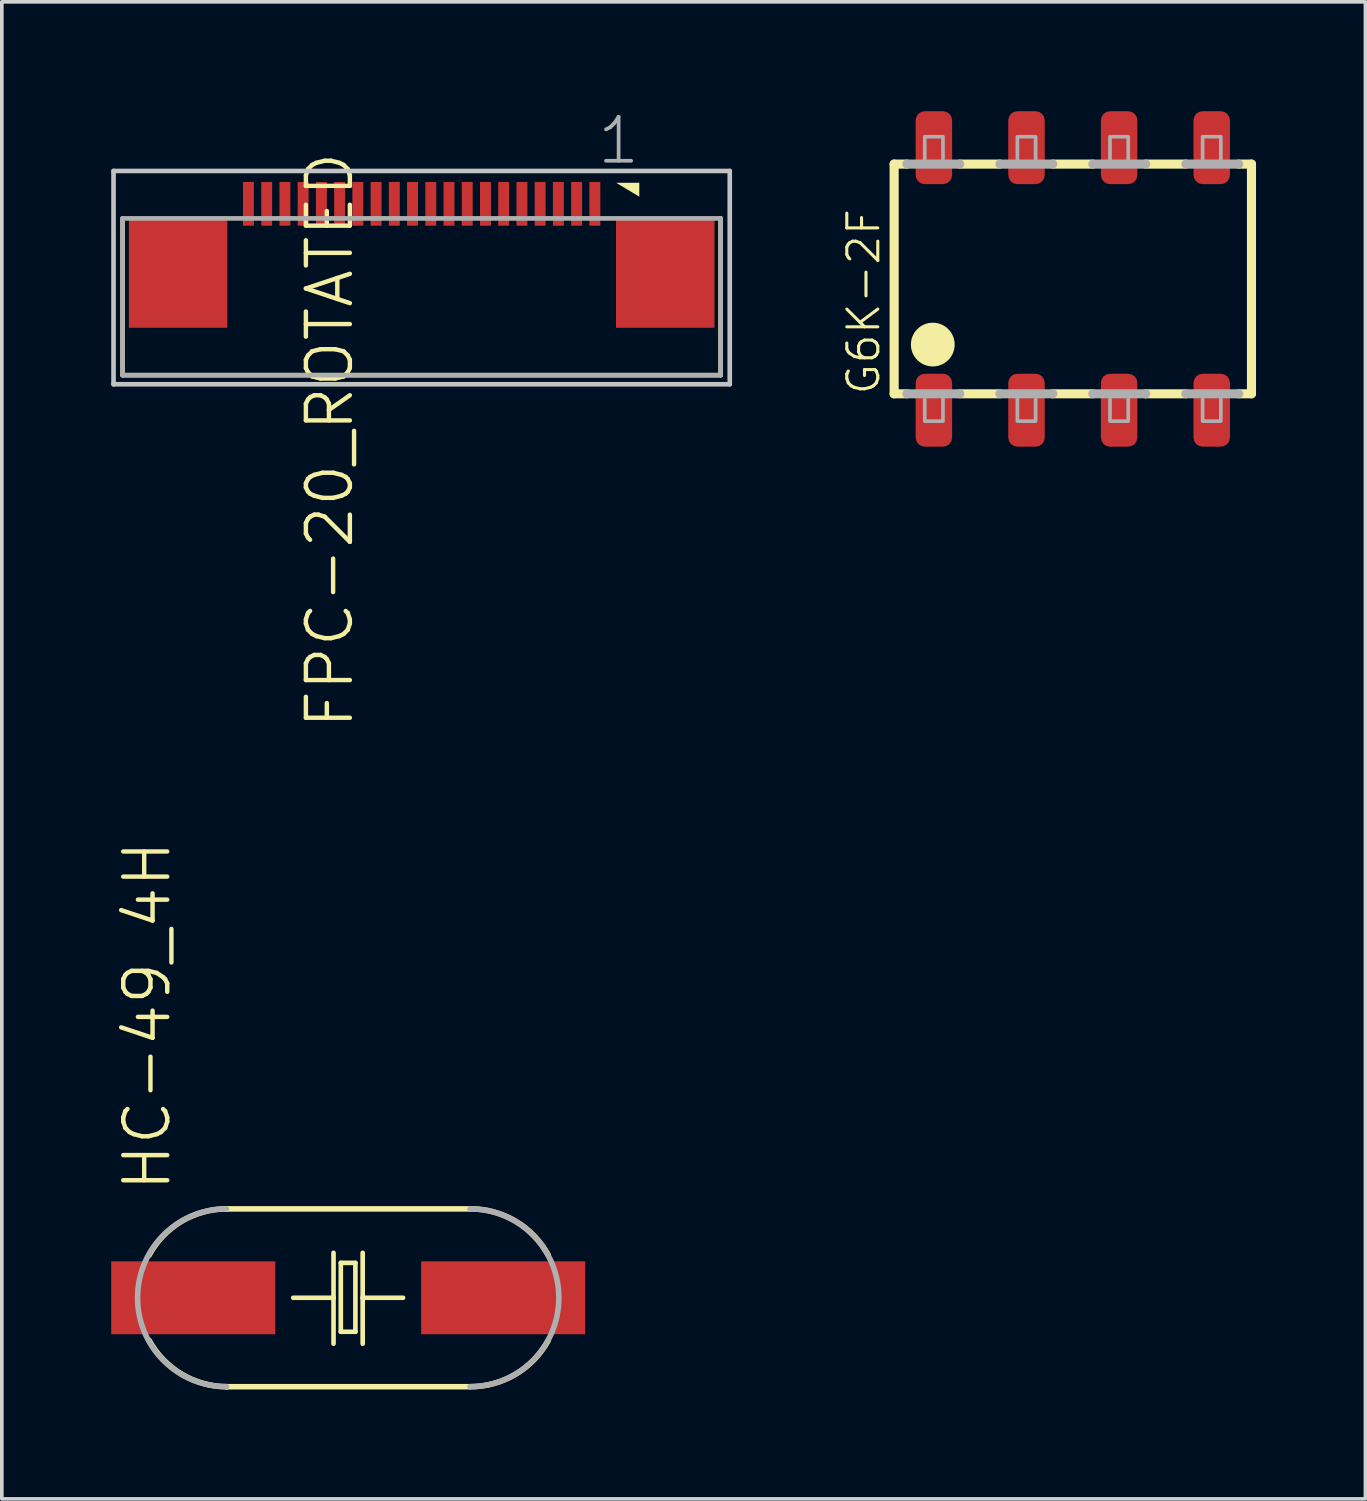
<source format=kicad_pcb>
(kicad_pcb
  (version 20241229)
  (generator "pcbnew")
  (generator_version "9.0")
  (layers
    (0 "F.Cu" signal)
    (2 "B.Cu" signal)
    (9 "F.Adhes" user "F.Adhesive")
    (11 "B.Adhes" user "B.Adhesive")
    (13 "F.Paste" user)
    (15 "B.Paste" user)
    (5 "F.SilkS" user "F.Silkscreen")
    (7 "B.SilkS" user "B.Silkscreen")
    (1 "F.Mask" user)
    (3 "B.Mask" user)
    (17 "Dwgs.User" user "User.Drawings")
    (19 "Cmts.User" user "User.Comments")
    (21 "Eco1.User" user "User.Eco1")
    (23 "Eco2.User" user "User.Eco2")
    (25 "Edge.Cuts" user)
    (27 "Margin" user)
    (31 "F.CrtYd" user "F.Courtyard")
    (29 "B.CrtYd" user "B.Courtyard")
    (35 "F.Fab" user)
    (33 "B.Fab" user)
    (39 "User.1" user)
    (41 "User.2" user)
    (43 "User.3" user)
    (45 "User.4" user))
  (footprint "G6K-2F"
    (layer "F.Cu")
    (at 26.372 4.6)
    (property "Reference" "G6K-2F" (at -5.24 3.23 90) (layer "F.SilkS") (effects (font (size 0.85 0.85) (thickness 0.085)) (justify left bottom)))
    (attr through_hole)
    (fp_line (start -4.9 -3.15) (end -4.9 3.15) (stroke (width 0.25) (type solid)) (layer "F.SilkS"))
    (fp_line (start -4.9 -3.15) (end -4.55 -3.15) (stroke (width 0.25) (type solid)) (layer "F.SilkS"))
    (fp_line (start -4.9 3.15) (end -4.55 3.15) (stroke (width 0.25) (type solid)) (layer "F.SilkS"))
    (fp_line (start -3.1 -3.15) (end -2 -3.15) (stroke (width 0.25) (type solid)) (layer "F.SilkS"))
    (fp_line (start -3.1 3.15) (end -2 3.15) (stroke (width 0.25) (type solid)) (layer "F.SilkS"))
    (fp_line (start -0.55 -3.15) (end 0.55 -3.15) (stroke (width 0.25) (type solid)) (layer "F.SilkS"))
    (fp_line (start -0.55 3.15) (end 0.55 3.15) (stroke (width 0.25) (type solid)) (layer "F.SilkS"))
    (fp_line (start 2 -3.15) (end 3.1 -3.15) (stroke (width 0.25) (type solid)) (layer "F.SilkS"))
    (fp_line (start 2 3.15) (end 3.1 3.15) (stroke (width 0.25) (type solid)) (layer "F.SilkS"))
    (fp_line (start 4.9 -3.15) (end 4.55 -3.15) (stroke (width 0.25) (type solid)) (layer "F.SilkS"))
    (fp_line (start 4.9 3.15) (end 4.55 3.15) (stroke (width 0.25) (type solid)) (layer "F.SilkS"))
    (fp_line (start 4.9 3.15) (end 4.9 -3.15) (stroke (width 0.25) (type solid)) (layer "F.SilkS"))
    (fp_circle (center -3.84 1.8) (end -3.24 1.8) (stroke (width 0) (type solid)) (fill yes) (layer "F.SilkS"))
    (fp_line (start -4.55 -3.15) (end -3.1 -3.15) (stroke (width 0.25) (type solid)) (layer "F.Fab"))
    (fp_line (start -4.55 3.15) (end -3.1 3.15) (stroke (width 0.25) (type solid)) (layer "F.Fab"))
    (fp_line (start -2 -3.15) (end -0.55 -3.15) (stroke (width 0.25) (type solid)) (layer "F.Fab"))
    (fp_line (start -2 3.15) (end -0.55 3.15) (stroke (width 0.25) (type solid)) (layer "F.Fab"))
    (fp_line (start 0.55 -3.15) (end 2 -3.15) (stroke (width 0.25) (type solid)) (layer "F.Fab"))
    (fp_line (start 0.55 3.15) (end 2 3.15) (stroke (width 0.25) (type solid)) (layer "F.Fab"))
    (fp_line (start 3.1 -3.15) (end 4.55 -3.15) (stroke (width 0.25) (type solid)) (layer "F.Fab"))
    (fp_line (start 3.1 3.15) (end 4.55 3.15) (stroke (width 0.25) (type solid)) (layer "F.Fab"))
    (fp_poly (pts (xy -4.06 -3.2) (xy -3.56 -3.2) (xy -3.56 -3.9) (xy -4.06 -3.9)) (stroke (width 0.1) (type solid)) (fill no) (layer "F.Fab"))
    (fp_poly (pts (xy -4.06 3.9) (xy -3.56 3.9) (xy -3.56 3.2) (xy -4.06 3.2)) (stroke (width 0.1) (type solid)) (fill no) (layer "F.Fab"))
    (fp_poly (pts (xy -1.52 -3.2) (xy -1.02 -3.2) (xy -1.02 -3.9) (xy -1.52 -3.9)) (stroke (width 0.1) (type solid)) (fill no) (layer "F.Fab"))
    (fp_poly (pts (xy -1.52 3.9) (xy -1.02 3.9) (xy -1.02 3.2) (xy -1.52 3.2)) (stroke (width 0.1) (type solid)) (fill no) (layer "F.Fab"))
    (fp_poly (pts (xy 1.02 -3.2) (xy 1.52 -3.2) (xy 1.52 -3.9) (xy 1.02 -3.9)) (stroke (width 0.1) (type solid)) (fill no) (layer "F.Fab"))
    (fp_poly (pts (xy 1.02 3.9) (xy 1.52 3.9) (xy 1.52 3.2) (xy 1.02 3.2)) (stroke (width 0.1) (type solid)) (fill no) (layer "F.Fab"))
    (fp_poly (pts (xy 3.56 -3.2) (xy 4.06 -3.2) (xy 4.06 -3.9) (xy 3.56 -3.9)) (stroke (width 0.1) (type solid)) (fill no) (layer "F.Fab"))
    (fp_poly (pts (xy 3.56 3.9) (xy 4.06 3.9) (xy 4.06 3.2) (xy 3.56 3.2)) (stroke (width 0.1) (type solid)) (fill no) (layer "F.Fab"))
    (pad "1" smd roundrect (at -3.81 3.6) (size 1 2) (layers "F.Cu" "F.Mask" "F.Paste") (roundrect_rratio 0.25))
    (pad "2" smd roundrect (at -1.27 3.6) (size 1 2) (layers "F.Cu" "F.Mask" "F.Paste") (roundrect_rratio 0.25))
    (pad "3" smd roundrect (at 1.27 3.6) (size 1 2) (layers "F.Cu" "F.Mask" "F.Paste") (roundrect_rratio 0.25))
    (pad "4" smd roundrect (at 3.81 3.6) (size 1 2) (layers "F.Cu" "F.Mask" "F.Paste") (roundrect_rratio 0.25))
    (pad "5" smd roundrect (at 3.81 -3.6) (size 1 2) (layers "F.Cu" "F.Mask" "F.Paste") (roundrect_rratio 0.25))
    (pad "6" smd roundrect (at 1.27 -3.6) (size 1 2) (layers "F.Cu" "F.Mask" "F.Paste") (roundrect_rratio 0.25))
    (pad "7" smd roundrect (at -1.27 -3.6) (size 1 2) (layers "F.Cu" "F.Mask" "F.Paste") (roundrect_rratio 0.25))
    (pad "8" smd roundrect (at -3.81 -3.6) (size 1 2) (layers "F.Cu" "F.Mask" "F.Paste") (roundrect_rratio 0.25)))
  (footprint "FPC-20_ROTATED"
    (layer "F.Cu")
    (at 8.514 4.757)
    (property "Reference" "FPC-20_ROTATED" (at -3.226 -3.708 90) (layer "F.SilkS") (effects (font (size 1.206 1.206) (thickness 0.121)) (justify right top)))
    (attr through_hole)
    (fp_line (start -8.2 -1.817) (end -8.2 2.482) (stroke (width 0.127) (type solid)) (layer "F.SilkS"))
    (fp_line (start -8.2 2.482) (end 8.2 2.482) (stroke (width 0.127) (type solid)) (layer "F.SilkS"))
    (fp_line (start 8.2 2.482) (end 8.2 -1.817) (stroke (width 0.127) (type solid)) (layer "F.SilkS"))
    (fp_poly (pts (xy 5.334 -2.794) (xy 5.969 -2.794) (xy 5.969 -2.413)) (stroke (width 0) (type solid)) (fill yes) (layer "F.SilkS"))
    (fp_line (start -8.45 -3.118) (end 8.45 -3.118) (stroke (width 0.127) (type solid)) (layer "Dwgs.User"))
    (fp_line (start -8.45 2.732) (end -8.45 -3.118) (stroke (width 0.127) (type solid)) (layer "Dwgs.User"))
    (fp_line (start -8.45 2.732) (end 8.45 2.732) (stroke (width 0.127) (type solid)) (layer "Dwgs.User"))
    (fp_line (start 8.45 2.732) (end 8.45 -3.118) (stroke (width 0.127) (type solid)) (layer "Dwgs.User"))
    (fp_line (start -8.2 -1.817) (end 8.2 -1.817) (stroke (width 0.127) (type solid)) (layer "F.Fab"))
    (fp_line (start -8.2 2.482) (end -8.2 -1.817) (stroke (width 0.127) (type solid)) (layer "F.Fab"))
    (fp_line (start -8.2 2.482) (end 8.2 2.482) (stroke (width 0.127) (type solid)) (layer "F.Fab"))
    (fp_line (start 8.2 -1.817) (end 8.2 2.482) (stroke (width 0.127) (type solid)) (layer "F.Fab"))
    (fp_text user "1" (at 4.76 -3.245 0) (layer "F.Fab") (effects (font (size 1.206 1.206) (thickness 0.102)) (justify left bottom)))
    (pad "1" smd rect (at 4.75 -2.217) (size 0.3 1.2) (layers "F.Cu" "F.Mask" "F.Paste"))
    (pad "2" smd rect (at 4.25 -2.217) (size 0.3 1.2) (layers "F.Cu" "F.Mask" "F.Paste"))
    (pad "3" smd rect (at 3.75 -2.217) (size 0.3 1.2) (layers "F.Cu" "F.Mask" "F.Paste"))
    (pad "4" smd rect (at 3.25 -2.217) (size 0.3 1.2) (layers "F.Cu" "F.Mask" "F.Paste"))
    (pad "5" smd rect (at 2.75 -2.217) (size 0.3 1.2) (layers "F.Cu" "F.Mask" "F.Paste"))
    (pad "6" smd rect (at 2.25 -2.217) (size 0.3 1.2) (layers "F.Cu" "F.Mask" "F.Paste"))
    (pad "7" smd rect (at 1.75 -2.217) (size 0.3 1.2) (layers "F.Cu" "F.Mask" "F.Paste"))
    (pad "8" smd rect (at 1.25 -2.217) (size 0.3 1.2) (layers "F.Cu" "F.Mask" "F.Paste"))
    (pad "9" smd rect (at 0.75 -2.217) (size 0.3 1.2) (layers "F.Cu" "F.Mask" "F.Paste"))
    (pad "10" smd rect (at 0.25 -2.217) (size 0.3 1.2) (layers "F.Cu" "F.Mask" "F.Paste"))
    (pad "11" smd rect (at -0.25 -2.217) (size 0.3 1.2) (layers "F.Cu" "F.Mask" "F.Paste"))
    (pad "12" smd rect (at -0.75 -2.217) (size 0.3 1.2) (layers "F.Cu" "F.Mask" "F.Paste"))
    (pad "13" smd rect (at -1.25 -2.217) (size 0.3 1.2) (layers "F.Cu" "F.Mask" "F.Paste"))
    (pad "14" smd rect (at -1.75 -2.217) (size 0.3 1.2) (layers "F.Cu" "F.Mask" "F.Paste"))
    (pad "15" smd rect (at -2.25 -2.217) (size 0.3 1.2) (layers "F.Cu" "F.Mask" "F.Paste"))
    (pad "16" smd rect (at -2.75 -2.217) (size 0.3 1.2) (layers "F.Cu" "F.Mask" "F.Paste"))
    (pad "17" smd rect (at -3.25 -2.217) (size 0.3 1.2) (layers "F.Cu" "F.Mask" "F.Paste"))
    (pad "18" smd rect (at -3.75 -2.217) (size 0.3 1.2) (layers "F.Cu" "F.Mask" "F.Paste"))
    (pad "19" smd rect (at -4.25 -2.217) (size 0.3 1.2) (layers "F.Cu" "F.Mask" "F.Paste"))
    (pad "20" smd rect (at -4.75 -2.217) (size 0.3 1.2) (layers "F.Cu" "F.Mask" "F.Paste"))
    (pad "Z1" smd rect (at -6.68 -0.318) (size 2.7 3) (layers "F.Cu" "F.Mask" "F.Paste"))
    (pad "Z2" smd rect (at 6.68 -0.318) (size 2.7 3) (layers "F.Cu" "F.Mask" "F.Paste")))
  (footprint "HC-49_4H"
    (layer "F.Cu")
    (at 6.5 32.542)
    (property "Reference" "HC-49_4H" (at -4.81 -2.857 90) (layer "F.SilkS") (effects (font (size 1.206 1.206) (thickness 0.121)) (justify left bottom)))
    (attr through_hole)
    (fp_line (start -3.353 -2.438) (end -3.327 -2.438) (stroke (width 0.152) (type solid)) (layer "F.SilkS"))
    (fp_line (start -3.353 2.438) (end -3.327 2.438) (stroke (width 0.152) (type solid)) (layer "F.SilkS"))
    (fp_line (start -3.327 -2.438) (end 3.327 -2.438) (stroke (width 0.152) (type solid)) (layer "F.SilkS"))
    (fp_line (start -3.327 2.438) (end 3.327 2.438) (stroke (width 0.152) (type solid)) (layer "F.SilkS"))
    (fp_line (start -1.509 0) (end -0.403 0) (stroke (width 0.127) (type solid)) (layer "F.SilkS"))
    (fp_line (start -0.403 0) (end -0.403 -1.233) (stroke (width 0.127) (type solid)) (layer "F.SilkS"))
    (fp_line (start -0.403 1.259) (end -0.403 0) (stroke (width 0.127) (type solid)) (layer "F.SilkS"))
    (fp_line (start -0.203 -0.957) (end 0.197 -0.957) (stroke (width 0.127) (type solid)) (layer "F.SilkS"))
    (fp_line (start -0.203 0.932) (end -0.203 -0.957) (stroke (width 0.127) (type solid)) (layer "F.SilkS"))
    (fp_line (start 0.197 -0.957) (end 0.197 0.932) (stroke (width 0.127) (type solid)) (layer "F.SilkS"))
    (fp_line (start 0.197 0.932) (end -0.203 0.932) (stroke (width 0.127) (type solid)) (layer "F.SilkS"))
    (fp_line (start 0.397 -1.233) (end 0.397 0) (stroke (width 0.127) (type solid)) (layer "F.SilkS"))
    (fp_line (start 0.397 0) (end 0.397 1.259) (stroke (width 0.127) (type solid)) (layer "F.SilkS"))
    (fp_line (start 1.504 0) (end 0.397 0) (stroke (width 0.127) (type solid)) (layer "F.SilkS"))
    (fp_arc (start -5.461 -1.168399) (mid -4.569447 -2.097814) (end -3.3274 -2.4384) (stroke (width 0.1524) (type solid)) (layer "F.SilkS"))
    (fp_arc (start -3.3274 2.4384) (mid -4.567733 2.094937) (end -5.460999 1.1684) (stroke (width 0.1524) (type solid)) (layer "F.SilkS"))
    (fp_arc (start 3.3528 -2.4384) (mid 4.594847 -2.097814) (end 5.4864 -1.168399) (stroke (width 0.1524) (type solid)) (layer "F.SilkS"))
    (fp_arc (start 5.486399 1.1684) (mid 4.593133 2.094937) (end 3.3528 2.4384) (stroke (width 0.1524) (type solid)) (layer "F.SilkS"))
    (fp_arc (start -3.3384 2.4384) (mid -5.7768 0) (end -3.3384 -2.4384) (stroke (width 0.1524) (type solid)) (layer "F.Fab"))
    (fp_arc (start 3.3384 -2.4384) (mid 5.7768 0) (end 3.3384 2.4384) (stroke (width 0.1524) (type solid)) (layer "F.Fab"))
    (pad "1" smd rect (at -4.25 0) (size 4.5 2) (layers "F.Cu" "F.Mask" "F.Paste"))
    (pad "2" smd rect (at 4.25 0) (size 4.5 2) (layers "F.Cu" "F.Mask" "F.Paste")))
  (gr_rect
    (start -3 -3)
    (end 34.397 38.057)
    (stroke (width 0.1) (type default))
    (fill no)
    (layer "Edge.Cuts")))
</source>
